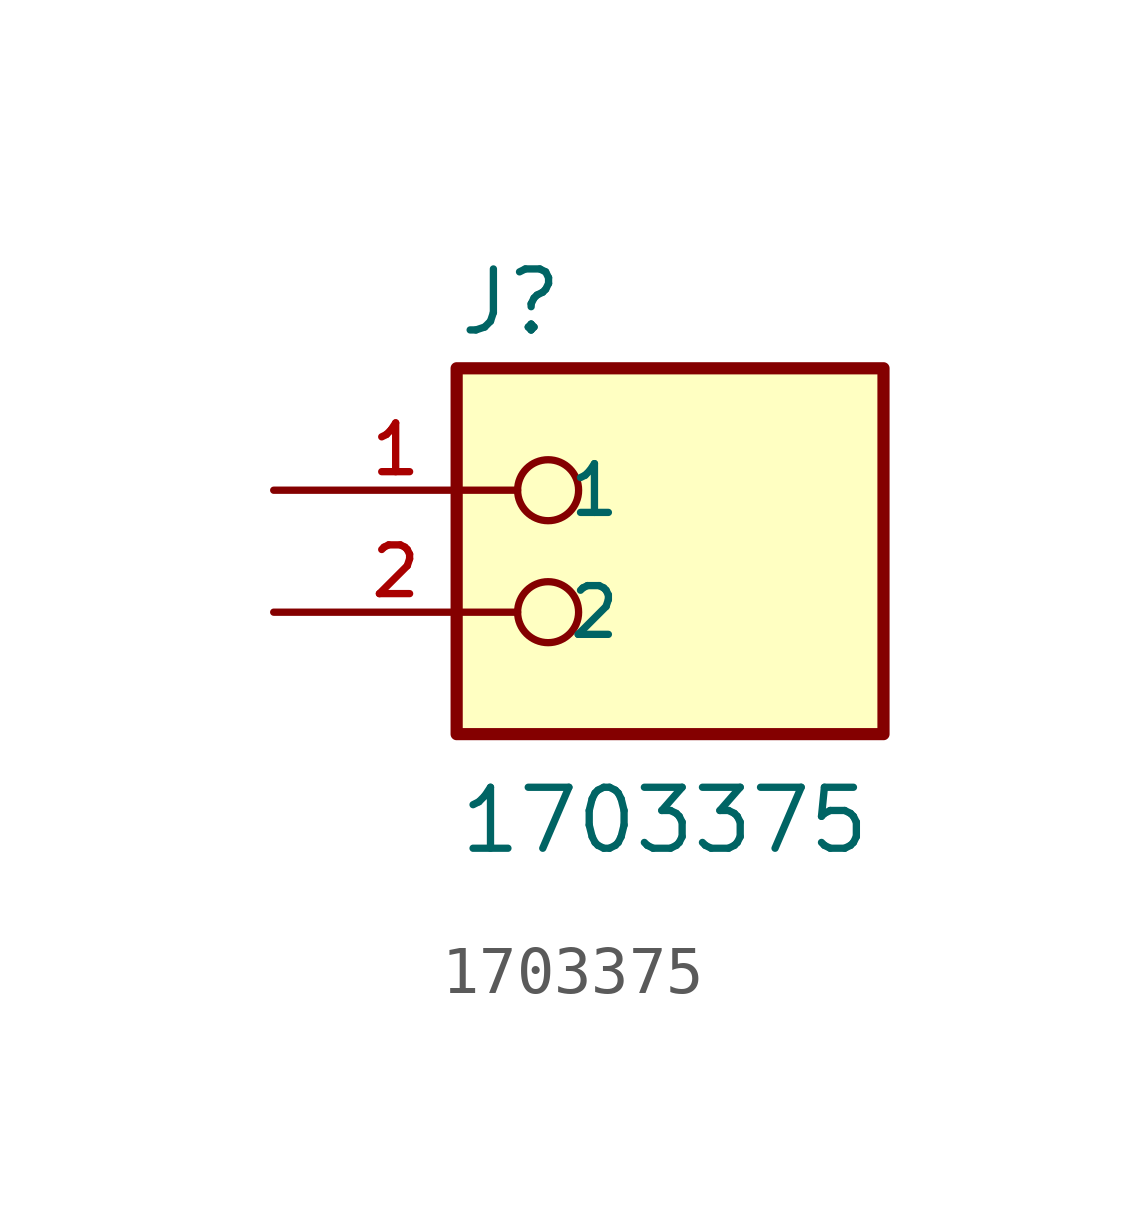
<source format=kicad_sym>
(kicad_symbol_lib
  (version 20211014)
  (generator kicad_symbol_editor)
  (symbol "1703375"
    (pin_names
      (offset 1.016))
    (property "Reference" "J"
      (at -3.81 3.175 0)
      (effects (font (size 1.27 1.27)) (justify bottom left)))
    (property "Value" "1703375"
      (at -3.81 -7.62 0)
      (effects (font (size 1.27 1.27)) (justify bottom left)))
    (symbol "1703375_0_0"
      (circle (center -1.905 0.0) (radius 0.635) (stroke (width 0.152)) (fill (type none)))
      (circle (center -1.905 -2.54) (radius 0.635) (stroke (width 0.152)) (fill (type none)))
      (rectangle (start -3.81 -5.08) (end 5.08 2.54) (stroke (width 0.254)) (fill (type background)))
      (pin passive line (at -7.62 0.0 0) (length 5.08) (name "1" (effects (font (size 1.016 1.016)))) (number "1" (effects (font (size 1.016 1.016)))))
      (pin passive line (at -7.62 -2.54 0) (length 5.08) (name "2" (effects (font (size 1.016 1.016)))) (number "2" (effects (font (size 1.016 1.016))))))))
</source>
